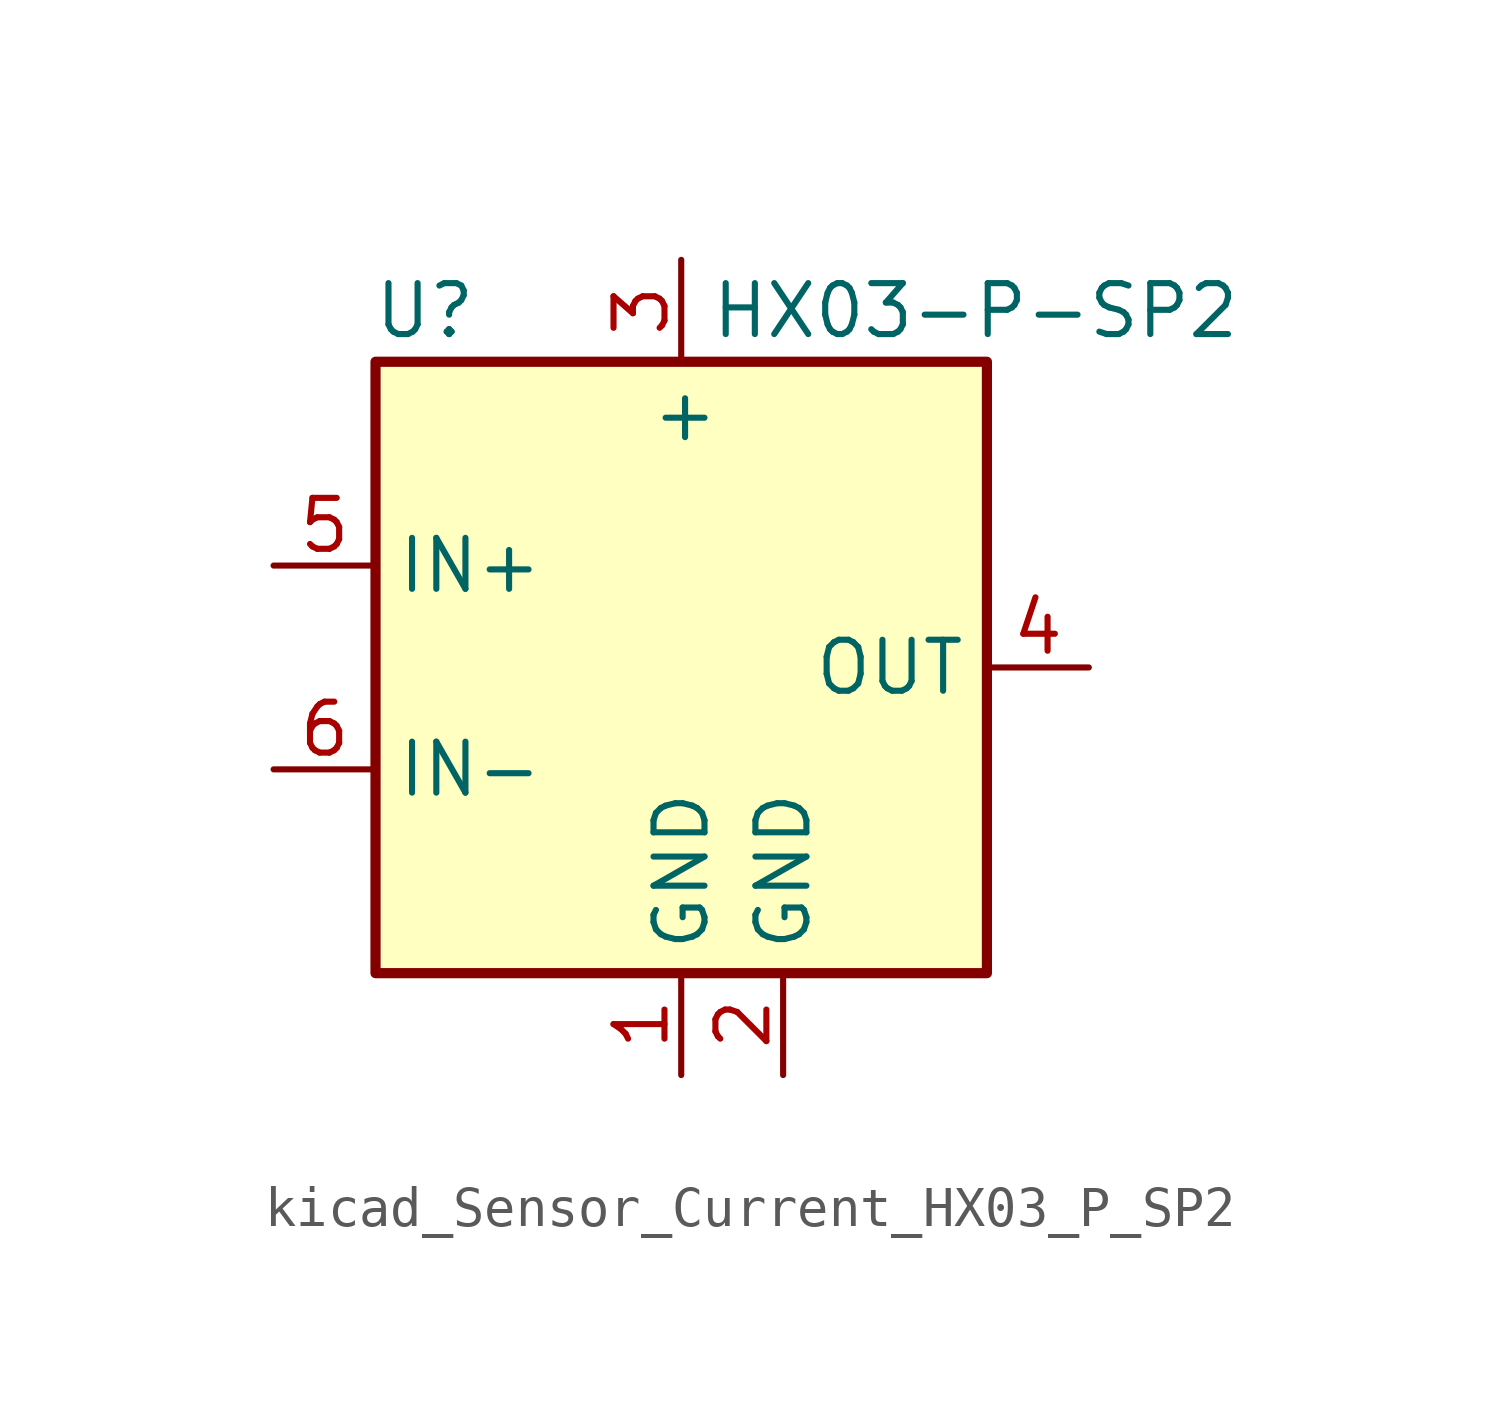
<source format=kicad_sym>
(kicad_symbol_lib
  (version 20220914)
  (generator kicad_symbol_editor)
  (symbol "kicad_Sensor_Current_HX03_P_SP2"
    (property "Reference" "U"
      (at -5.08 8.89 0)
      (effects (font (size 1.27 1.27)) (justify right)))
    (property "Value" "HX03-P-SP2"
      (at 13.97 8.89 0)
      (effects (font (size 1.27 1.27)) (justify right)))
    (symbol "kicad_Sensor_Current_HX03_P_SP2_0_1"
      (rectangle (start -7.62 7.62) (end 7.62 -7.62) (stroke (width 0.254) (type default)) (fill (type background))))
    (symbol "kicad_Sensor_Current_HX03_P_SP2_1_1"
      (pin power_in line (at 0 -10.16 90) (length 2.54) (name "GND" (effects (font (size 1.27 1.27)))) (number "1" (effects (font (size 1.27 1.27)))))
      (pin power_in line (at 2.54 -10.16 90) (length 2.54) (name "GND" (effects (font (size 1.27 1.27)))) (number "2" (effects (font (size 1.27 1.27)))))
      (pin power_in line (at 0 10.16 270) (length 2.54) (name "+" (effects (font (size 1.27 1.27)))) (number "3" (effects (font (size 1.27 1.27)))))
      (pin output line (at 10.16 0 180) (length 2.54) (name "OUT" (effects (font (size 1.27 1.27)))) (number "4" (effects (font (size 1.27 1.27)))))
      (pin passive line (at -10.16 2.54 0) (length 2.54) (name "IN+" (effects (font (size 1.27 1.27)))) (number "5" (effects (font (size 1.27 1.27)))))
      (pin passive line (at -10.16 -2.54 0) (length 2.54) (name "IN-" (effects (font (size 1.27 1.27)))) (number "6" (effects (font (size 1.27 1.27))))))))
</source>
